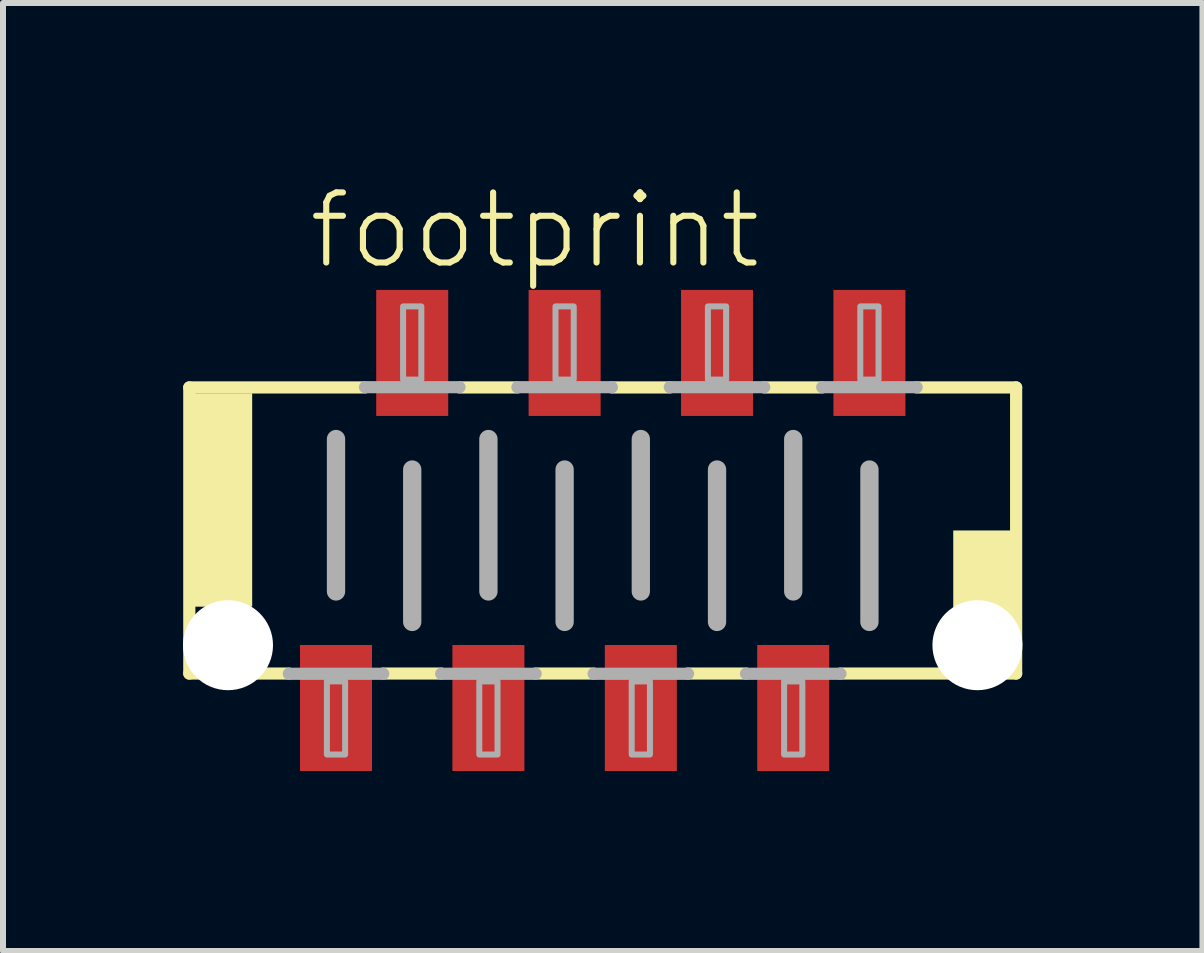
<source format=kicad_pcb>
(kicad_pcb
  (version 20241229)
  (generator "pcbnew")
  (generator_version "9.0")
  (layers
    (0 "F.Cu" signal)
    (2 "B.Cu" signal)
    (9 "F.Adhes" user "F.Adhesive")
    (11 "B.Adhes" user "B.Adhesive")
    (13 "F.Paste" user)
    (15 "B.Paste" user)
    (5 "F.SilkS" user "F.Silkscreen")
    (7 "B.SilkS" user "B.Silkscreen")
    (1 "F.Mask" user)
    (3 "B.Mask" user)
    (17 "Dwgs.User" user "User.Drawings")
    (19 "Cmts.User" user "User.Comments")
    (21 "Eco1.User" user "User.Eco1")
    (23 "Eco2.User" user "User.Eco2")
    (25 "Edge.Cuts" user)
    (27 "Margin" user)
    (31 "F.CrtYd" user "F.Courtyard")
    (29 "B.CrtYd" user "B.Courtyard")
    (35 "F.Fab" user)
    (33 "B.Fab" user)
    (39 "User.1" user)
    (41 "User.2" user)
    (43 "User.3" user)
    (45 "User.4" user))
  (footprint "footprint"
    (layer "F.Cu")
    (at 6.995 5.791)
    (property "Reference" "footprint" (at -4.953 -4.318 0) (layer "F.SilkS") (effects (font (size 1.168 1.168) (thickness 0.102)) (justify left bottom)))
    (fp_line (start -6.89 -2.384) (end -3.962 -2.384) (stroke (width 0.203) (type solid)) (layer "F.SilkS"))
    (fp_line (start -6.89 2.384) (end -6.89 -2.384) (stroke (width 0.203) (type solid)) (layer "F.SilkS"))
    (fp_line (start -5.232 2.384) (end -6.89 2.384) (stroke (width 0.203) (type solid)) (layer "F.SilkS"))
    (fp_line (start -2.692 2.384) (end -3.658 2.384) (stroke (width 0.203) (type solid)) (layer "F.SilkS"))
    (fp_line (start -2.388 -2.384) (end -1.422 -2.384) (stroke (width 0.203) (type solid)) (layer "F.SilkS"))
    (fp_line (start -0.152 2.384) (end -1.118 2.384) (stroke (width 0.203) (type solid)) (layer "F.SilkS"))
    (fp_line (start 0.152 -2.384) (end 1.118 -2.384) (stroke (width 0.203) (type solid)) (layer "F.SilkS"))
    (fp_line (start 2.388 2.384) (end 1.422 2.384) (stroke (width 0.203) (type solid)) (layer "F.SilkS"))
    (fp_line (start 2.692 -2.384) (end 3.658 -2.384) (stroke (width 0.203) (type solid)) (layer "F.SilkS"))
    (fp_line (start 5.232 -2.384) (end 6.89 -2.384) (stroke (width 0.203) (type solid)) (layer "F.SilkS"))
    (fp_line (start 6.89 -2.384) (end 6.89 2.384) (stroke (width 0.203) (type solid)) (layer "F.SilkS"))
    (fp_line (start 6.89 2.384) (end 3.962 2.384) (stroke (width 0.203) (type solid)) (layer "F.SilkS"))
    (fp_poly (pts (xy -6.858 1.27) (xy -5.842 1.27) (xy -5.842 -2.286) (xy -6.858 -2.286)) (stroke (width 0) (type solid)) (fill yes) (layer "F.SilkS"))
    (fp_poly (pts (xy 5.842 2.286) (xy 6.858 2.286) (xy 6.858 0) (xy 5.842 0)) (stroke (width 0) (type solid)) (fill yes) (layer "F.SilkS"))
    (fp_line (start -4.445 -1.524) (end -4.445 1.016) (stroke (width 0.305) (type solid)) (layer "F.Fab"))
    (fp_line (start -3.962 -2.388) (end -2.388 -2.388) (stroke (width 0.203) (type solid)) (layer "F.Fab"))
    (fp_line (start -3.658 2.388) (end -5.232 2.388) (stroke (width 0.203) (type solid)) (layer "F.Fab"))
    (fp_line (start -3.175 -1.016) (end -3.175 1.524) (stroke (width 0.305) (type solid)) (layer "F.Fab"))
    (fp_line (start -1.905 -1.524) (end -1.905 1.016) (stroke (width 0.305) (type solid)) (layer "F.Fab"))
    (fp_line (start -1.422 -2.388) (end 0.152 -2.388) (stroke (width 0.203) (type solid)) (layer "F.Fab"))
    (fp_line (start -1.118 2.388) (end -2.692 2.388) (stroke (width 0.203) (type solid)) (layer "F.Fab"))
    (fp_line (start -0.635 -1.016) (end -0.635 1.524) (stroke (width 0.305) (type solid)) (layer "F.Fab"))
    (fp_line (start 0.635 -1.524) (end 0.635 1.016) (stroke (width 0.305) (type solid)) (layer "F.Fab"))
    (fp_line (start 1.118 -2.388) (end 2.692 -2.388) (stroke (width 0.203) (type solid)) (layer "F.Fab"))
    (fp_line (start 1.422 2.388) (end -0.152 2.388) (stroke (width 0.203) (type solid)) (layer "F.Fab"))
    (fp_line (start 1.905 -1.016) (end 1.905 1.524) (stroke (width 0.305) (type solid)) (layer "F.Fab"))
    (fp_line (start 3.175 -1.524) (end 3.175 1.016) (stroke (width 0.305) (type solid)) (layer "F.Fab"))
    (fp_line (start 3.658 -2.388) (end 5.232 -2.388) (stroke (width 0.203) (type solid)) (layer "F.Fab"))
    (fp_line (start 3.962 2.388) (end 2.388 2.388) (stroke (width 0.203) (type solid)) (layer "F.Fab"))
    (fp_line (start 4.445 -1.016) (end 4.445 1.524) (stroke (width 0.305) (type solid)) (layer "F.Fab"))
    (fp_poly (pts (xy -4.597 3.734) (xy -4.293 3.734) (xy -4.293 2.515) (xy -4.597 2.515)) (stroke (width 0.1) (type solid)) (fill no) (layer "F.Fab"))
    (fp_poly (pts (xy -3.327 -2.515) (xy -3.023 -2.515) (xy -3.023 -3.734) (xy -3.327 -3.734)) (stroke (width 0.1) (type solid)) (fill no) (layer "F.Fab"))
    (fp_poly (pts (xy -2.057 3.734) (xy -1.753 3.734) (xy -1.753 2.515) (xy -2.057 2.515)) (stroke (width 0.1) (type solid)) (fill no) (layer "F.Fab"))
    (fp_poly (pts (xy -0.787 -2.515) (xy -0.483 -2.515) (xy -0.483 -3.734) (xy -0.787 -3.734)) (stroke (width 0.1) (type solid)) (fill no) (layer "F.Fab"))
    (fp_poly (pts (xy 0.483 3.734) (xy 0.787 3.734) (xy 0.787 2.515) (xy 0.483 2.515)) (stroke (width 0.1) (type solid)) (fill no) (layer "F.Fab"))
    (fp_poly (pts (xy 1.753 -2.515) (xy 2.057 -2.515) (xy 2.057 -3.734) (xy 1.753 -3.734)) (stroke (width 0.1) (type solid)) (fill no) (layer "F.Fab"))
    (fp_poly (pts (xy 3.023 3.734) (xy 3.327 3.734) (xy 3.327 2.515) (xy 3.023 2.515)) (stroke (width 0.1) (type solid)) (fill no) (layer "F.Fab"))
    (fp_poly (pts (xy 4.293 -2.515) (xy 4.597 -2.515) (xy 4.597 -3.734) (xy 4.293 -3.734)) (stroke (width 0.1) (type solid)) (fill no) (layer "F.Fab"))
    (pad "" np_thru_hole circle (at -6.245 1.912) (size 1.5 1.5) (drill 1.5) (layers "*.Cu" "*.Mask"))
    (pad "" np_thru_hole circle (at 6.245 1.912) (size 1.5 1.5) (drill 1.5) (layers "*.Cu" "*.Mask"))
    (pad "1" smd rect (at -4.445 2.959) (size 1.2 2.1) (layers "F.Cu" "F.Mask" "F.Paste"))
    (pad "2" smd rect (at -3.175 -2.959) (size 1.2 2.1) (layers "F.Cu" "F.Mask" "F.Paste"))
    (pad "3" smd rect (at -1.905 2.959) (size 1.2 2.1) (layers "F.Cu" "F.Mask" "F.Paste"))
    (pad "4" smd rect (at -0.635 -2.959) (size 1.2 2.1) (layers "F.Cu" "F.Mask" "F.Paste"))
    (pad "5" smd rect (at 0.635 2.959) (size 1.2 2.1) (layers "F.Cu" "F.Mask" "F.Paste"))
    (pad "6" smd rect (at 1.905 -2.959) (size 1.2 2.1) (layers "F.Cu" "F.Mask" "F.Paste"))
    (pad "7" smd rect (at 3.175 2.959) (size 1.2 2.1) (layers "F.Cu" "F.Mask" "F.Paste"))
    (pad "8" smd rect (at 4.445 -2.959) (size 1.2 2.1) (layers "F.Cu" "F.Mask" "F.Paste")))
  (gr_rect
    (start -3 -3)
    (end 16.99 12.8)
    (stroke (width 0.1) (type default))
    (fill no)
    (layer "Edge.Cuts")))
</source>
